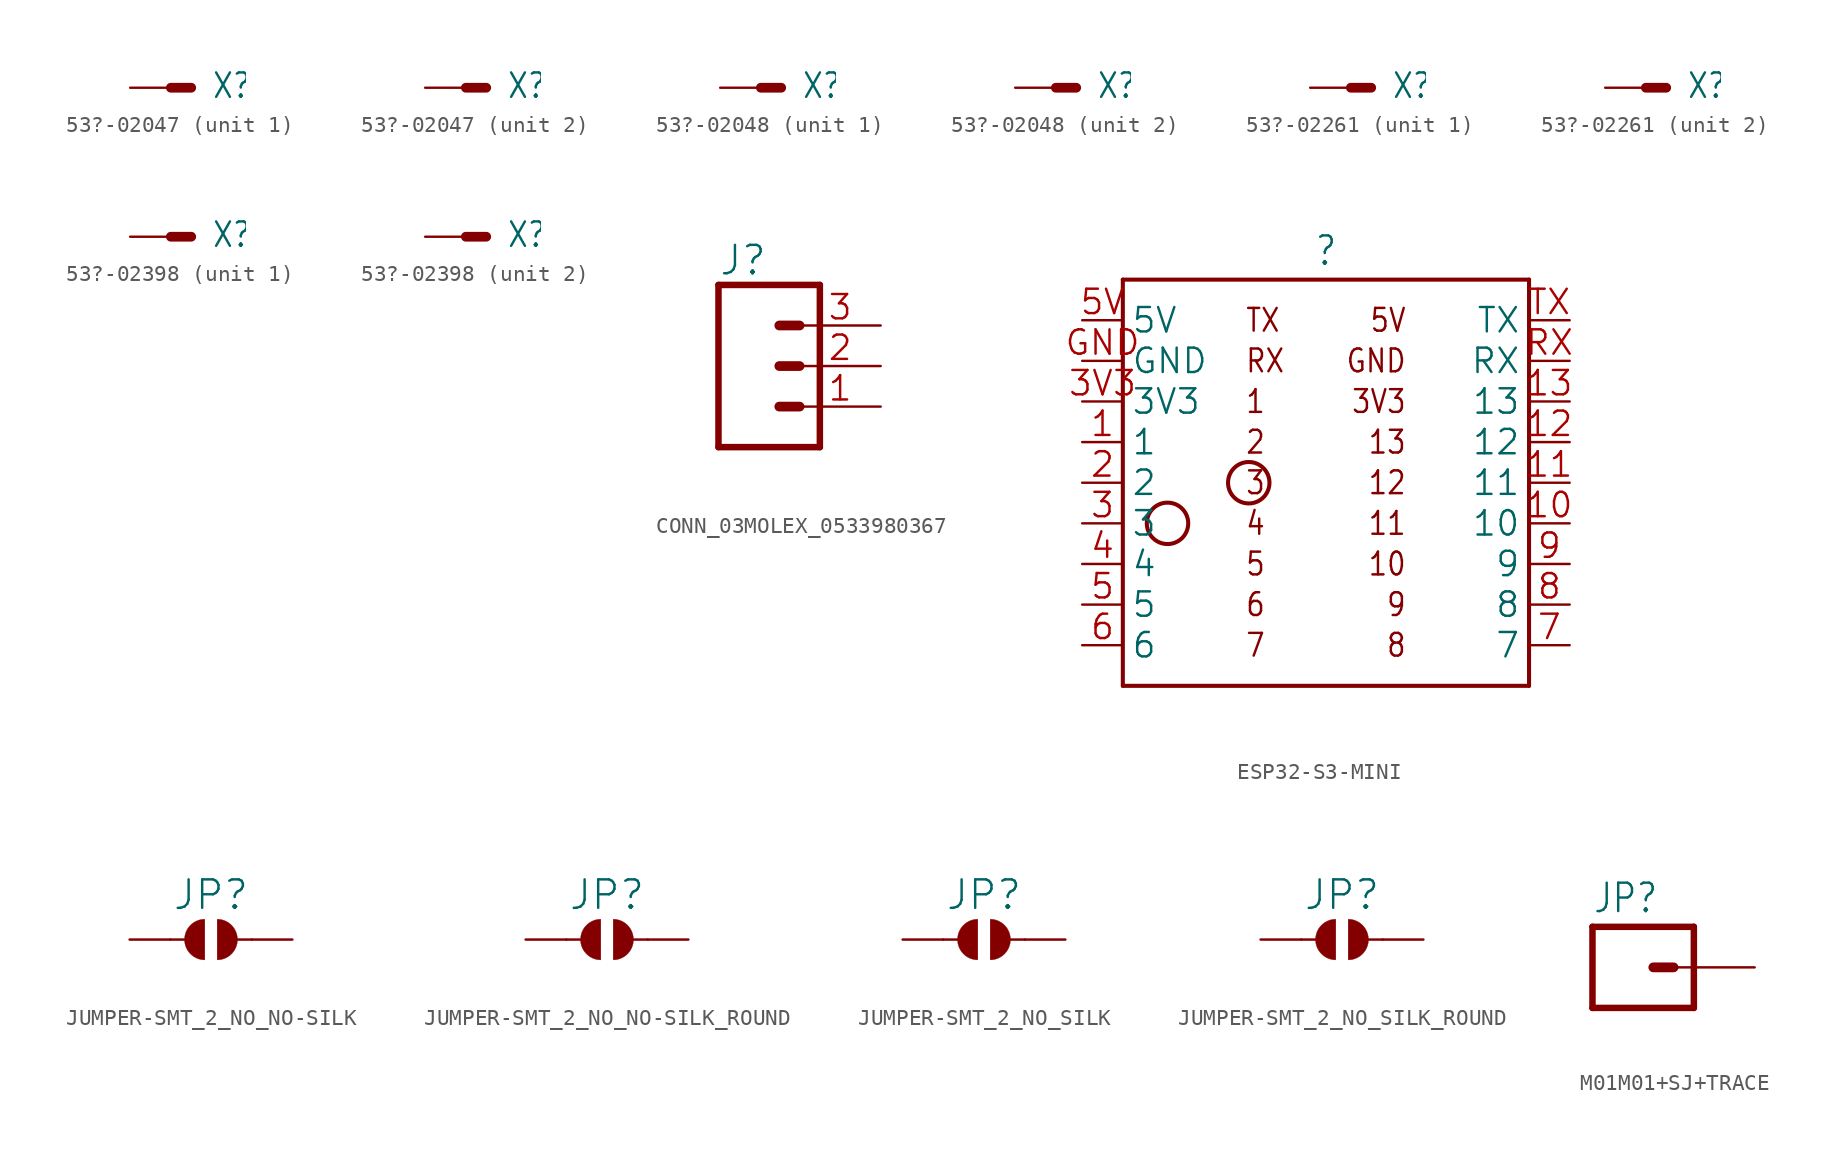
<source format=kicad_sym>
(kicad_symbol_lib
  (version 20241209)
  (generator "kicad_symbol_editor")
  (generator_version "9.0")
  (symbol "53?-02047"
    (property "Reference" "X"
      (at 2.54 -0.762 0)
      (effects (font (size 1.524 1.295)) (justify left bottom)))
    (property "ki_locked" ""
      (at 0 0 0)
      (effects (font (size 1.27 1.27))))
    (symbol "53?-02047_1_0"
      (polyline (pts (xy 1.27 0) (xy 0 0)) (stroke (width 0.61) (type solid)) (fill (type none)))
      (pin passive line (at -2.54 0 0) (length 2.54) (name "S" (effects (font (size 0 0)))) (number "1" (effects (font (size 0 0))))))
    (symbol "53?-02047_2_0"
      (polyline (pts (xy 1.27 0) (xy 0 0)) (stroke (width 0.61) (type solid)) (fill (type none)))
      (pin passive line (at -2.54 0 0) (length 2.54) (name "S" (effects (font (size 0 0)))) (number "2" (effects (font (size 0 0)))))))
  (symbol "53?-02048"
    (property "Reference" "X"
      (at 2.54 -0.762 0)
      (effects (font (size 1.524 1.295)) (justify left bottom)))
    (property "ki_locked" ""
      (at 0 0 0)
      (effects (font (size 1.27 1.27))))
    (symbol "53?-02048_1_0"
      (polyline (pts (xy 1.27 0) (xy 0 0)) (stroke (width 0.61) (type solid)) (fill (type none)))
      (pin passive line (at -2.54 0 0) (length 2.54) (name "S" (effects (font (size 0 0)))) (number "1" (effects (font (size 0 0))))))
    (symbol "53?-02048_2_0"
      (polyline (pts (xy 1.27 0) (xy 0 0)) (stroke (width 0.61) (type solid)) (fill (type none)))
      (pin passive line (at -2.54 0 0) (length 2.54) (name "S" (effects (font (size 0 0)))) (number "2" (effects (font (size 0 0)))))))
  (symbol "53?-02261"
    (property "Reference" "X"
      (at 2.54 -0.762 0)
      (effects (font (size 1.524 1.295)) (justify left bottom)))
    (property "ki_locked" ""
      (at 0 0 0)
      (effects (font (size 1.27 1.27))))
    (symbol "53?-02261_1_0"
      (polyline (pts (xy 1.27 0) (xy 0 0)) (stroke (width 0.61) (type solid)) (fill (type none)))
      (pin passive line (at -2.54 0 0) (length 2.54) (name "S" (effects (font (size 0 0)))) (number "1" (effects (font (size 0 0))))))
    (symbol "53?-02261_2_0"
      (polyline (pts (xy 1.27 0) (xy 0 0)) (stroke (width 0.61) (type solid)) (fill (type none)))
      (pin passive line (at -2.54 0 0) (length 2.54) (name "S" (effects (font (size 0 0)))) (number "2" (effects (font (size 0 0)))))))
  (symbol "53?-02398"
    (property "Reference" "X"
      (at 2.54 -0.762 0)
      (effects (font (size 1.524 1.295)) (justify left bottom)))
    (property "ki_locked" ""
      (at 0 0 0)
      (effects (font (size 1.27 1.27))))
    (symbol "53?-02398_1_0"
      (polyline (pts (xy 1.27 0) (xy 0 0)) (stroke (width 0.61) (type solid)) (fill (type none)))
      (pin passive line (at -2.54 0 0) (length 2.54) (name "S" (effects (font (size 0 0)))) (number "1" (effects (font (size 0 0))))))
    (symbol "53?-02398_2_0"
      (polyline (pts (xy 1.27 0) (xy 0 0)) (stroke (width 0.61) (type solid)) (fill (type none)))
      (pin passive line (at -2.54 0 0) (length 2.54) (name "S" (effects (font (size 0 0)))) (number "2" (effects (font (size 0 0)))))))
  (symbol "CONN_03MOLEX_0533980367"
    (property "Reference" "J"
      (at -2.54 5.588 0)
      (effects (font (size 1.778 1.778)) (justify left bottom)))
    (property "Value" ""
      (at -2.54 -7.366 0)
      (effects (font (size 1.778 1.778)) (justify left bottom)))
    (property "ki_locked" ""
      (at 0 0 0)
      (effects (font (size 1.27 1.27))))
    (symbol "CONN_03MOLEX_0533980367_1_0"
      (polyline (pts (xy -2.54 5.08) (xy -2.54 -5.08)) (stroke (width 0.406) (type solid)) (fill (type none)))
      (polyline (pts (xy -2.54 5.08) (xy 3.81 5.08)) (stroke (width 0.406) (type solid)) (fill (type none)))
      (polyline (pts (xy 1.27 2.54) (xy 2.54 2.54)) (stroke (width 0.61) (type solid)) (fill (type none)))
      (polyline (pts (xy 1.27 0) (xy 2.54 0)) (stroke (width 0.61) (type solid)) (fill (type none)))
      (polyline (pts (xy 1.27 -2.54) (xy 2.54 -2.54)) (stroke (width 0.61) (type solid)) (fill (type none)))
      (polyline (pts (xy 3.81 -5.08) (xy -2.54 -5.08)) (stroke (width 0.406) (type solid)) (fill (type none)))
      (polyline (pts (xy 3.81 -5.08) (xy 3.81 5.08)) (stroke (width 0.406) (type solid)) (fill (type none)))
      (pin passive line (at 7.62 2.54 180) (length 5.08) (name "3" (effects (font (size 0 0)))) (number "3" (effects (font (size 1.524 1.524)))))
      (pin passive line (at 7.62 0 180) (length 5.08) (name "2" (effects (font (size 0 0)))) (number "2" (effects (font (size 1.524 1.524)))))
      (pin passive line (at 7.62 -2.54 180) (length 5.08) (name "1" (effects (font (size 0 0)))) (number "1" (effects (font (size 1.524 1.524)))))))
  (symbol "ESP32-S3-MINI"
    (property "Reference" ""
      (at 0 13.462 0)
      (effects (font (size 1.778 1.511)) (justify bottom)))
    (property "Value" ""
      (at 0 -13.716 0)
      (effects (font (size 1.778 1.511)) (justify top)))
    (property "ki_locked" ""
      (at 0 0 0)
      (effects (font (size 1.27 1.27))))
    (symbol "ESP32-S3-MINI_1_0"
      (polyline (pts (xy -12.7 12.7) (xy -12.7 -12.7)) (stroke (width 0.254) (type solid)) (fill (type none)))
      (circle (center -9.906 -2.54) (radius 1.295) (stroke (width 0.254) (type solid)) (fill (type none)))
      (circle (center -4.826 0) (radius 1.295) (stroke (width 0.254) (type solid)) (fill (type none)))
      (polyline (pts (xy 12.7 12.7) (xy -12.7 12.7)) (stroke (width 0.254) (type solid)) (fill (type none)))
      (polyline (pts (xy 12.7 12.7) (xy 12.7 -12.7)) (stroke (width 0.254) (type solid)) (fill (type none)))
      (polyline (pts (xy 12.7 -12.7) (xy -12.7 -12.7)) (stroke (width 0.254) (type solid)) (fill (type none)))
      (text "TX" (at -5.08 10.16 0) (effects (font (size 1.422 1.209)) (justify left)))
      (text "RX" (at -5.08 7.62 0) (effects (font (size 1.422 1.209)) (justify left)))
      (text "1" (at -5.08 5.08 0) (effects (font (size 1.422 1.209)) (justify left)))
      (text "2" (at -5.08 2.54 0) (effects (font (size 1.422 1.209)) (justify left)))
      (text "3" (at -5.08 0 0) (effects (font (size 1.422 1.209)) (justify left)))
      (text "4" (at -5.08 -2.54 0) (effects (font (size 1.422 1.209)) (justify left)))
      (text "5" (at -5.08 -5.08 0) (effects (font (size 1.422 1.209)) (justify left)))
      (text "6" (at -5.08 -7.62 0) (effects (font (size 1.422 1.209)) (justify left)))
      (text "7" (at -5.08 -10.16 0) (effects (font (size 1.422 1.209)) (justify left)))
      (text "5V" (at 5.08 10.16 0) (effects (font (size 1.422 1.209)) (justify right)))
      (text "GND" (at 5.08 7.62 0) (effects (font (size 1.422 1.209)) (justify right)))
      (text "3V3" (at 5.08 5.08 0) (effects (font (size 1.422 1.209)) (justify right)))
      (text "13" (at 5.08 2.54 0) (effects (font (size 1.422 1.209)) (justify right)))
      (text "12" (at 5.08 0 0) (effects (font (size 1.422 1.209)) (justify right)))
      (text "11" (at 5.08 -2.54 0) (effects (font (size 1.422 1.209)) (justify right)))
      (text "10" (at 5.08 -5.08 0) (effects (font (size 1.422 1.209)) (justify right)))
      (text "9" (at 5.08 -7.62 0) (effects (font (size 1.422 1.209)) (justify right)))
      (text "8" (at 5.08 -10.16 0) (effects (font (size 1.422 1.209)) (justify right)))
      (pin power_in line (at -15.24 10.16 0) (length 2.54) (name "5V" (effects (font (size 1.524 1.524)))) (number "5V" (effects (font (size 1.524 1.524)))))
      (pin power_in line (at -15.24 7.62 0) (length 2.54) (name "GND" (effects (font (size 1.524 1.524)))) (number "GND" (effects (font (size 1.524 1.524)))))
      (pin power_in line (at -15.24 5.08 0) (length 2.54) (name "3V3" (effects (font (size 1.524 1.524)))) (number "3V3" (effects (font (size 1.524 1.524)))))
      (pin bidirectional line (at -15.24 2.54 0) (length 2.54) (name "1" (effects (font (size 1.524 1.524)))) (number "1" (effects (font (size 1.524 1.524)))))
      (pin bidirectional line (at -15.24 0 0) (length 2.54) (name "2" (effects (font (size 1.524 1.524)))) (number "2" (effects (font (size 1.524 1.524)))))
      (pin bidirectional line (at -15.24 -2.54 0) (length 2.54) (name "3" (effects (font (size 1.524 1.524)))) (number "3" (effects (font (size 1.524 1.524)))))
      (pin bidirectional line (at -15.24 -5.08 0) (length 2.54) (name "4" (effects (font (size 1.524 1.524)))) (number "4" (effects (font (size 1.524 1.524)))))
      (pin bidirectional line (at -15.24 -7.62 0) (length 2.54) (name "5" (effects (font (size 1.524 1.524)))) (number "5" (effects (font (size 1.524 1.524)))))
      (pin bidirectional line (at -15.24 -10.16 0) (length 2.54) (name "6" (effects (font (size 1.524 1.524)))) (number "6" (effects (font (size 1.524 1.524)))))
      (pin bidirectional line (at 15.24 10.16 180) (length 2.54) (name "TX" (effects (font (size 1.524 1.524)))) (number "TX" (effects (font (size 1.524 1.524)))))
      (pin bidirectional line (at 15.24 7.62 180) (length 2.54) (name "RX" (effects (font (size 1.524 1.524)))) (number "RX" (effects (font (size 1.524 1.524)))))
      (pin bidirectional line (at 15.24 5.08 180) (length 2.54) (name "13" (effects (font (size 1.524 1.524)))) (number "13" (effects (font (size 1.524 1.524)))))
      (pin bidirectional line (at 15.24 2.54 180) (length 2.54) (name "12" (effects (font (size 1.524 1.524)))) (number "12" (effects (font (size 1.524 1.524)))))
      (pin bidirectional line (at 15.24 0 180) (length 2.54) (name "11" (effects (font (size 1.524 1.524)))) (number "11" (effects (font (size 1.524 1.524)))))
      (pin bidirectional line (at 15.24 -2.54 180) (length 2.54) (name "10" (effects (font (size 1.524 1.524)))) (number "10" (effects (font (size 1.524 1.524)))))
      (pin bidirectional line (at 15.24 -5.08 180) (length 2.54) (name "9" (effects (font (size 1.524 1.524)))) (number "9" (effects (font (size 1.524 1.524)))))
      (pin bidirectional line (at 15.24 -7.62 180) (length 2.54) (name "8" (effects (font (size 1.524 1.524)))) (number "8" (effects (font (size 1.524 1.524)))))
      (pin bidirectional line (at 15.24 -10.16 180) (length 2.54) (name "7" (effects (font (size 1.524 1.524)))) (number "7" (effects (font (size 1.524 1.524)))))))
  (symbol "JUMPER-SMT_2_NO_NO-SILK"
    (property "Reference" "JP"
      (at 0 2.794 0)
      (effects (font (size 1.778 1.778))))
    (property "Value" ""
      (at 0 -2.794 0)
      (effects (font (size 1.778 1.778))))
    (property "ki_locked" ""
      (at 0 0 0)
      (effects (font (size 1.27 1.27))))
    (symbol "JUMPER-SMT_2_NO_NO-SILK_1_0"
      (polyline (pts (xy -2.54 0) (xy -1.651 0)) (stroke (width 0.152) (type solid)) (fill (type none)))
      (arc (start -0.381 -1.27) (mid -1.651 0) (end -0.381 1.27) (stroke (width 0.0001) (type solid)) (fill (type outline)))
      (arc (start 0.381 1.27) (mid 1.651 0) (end 0.381 -1.27) (stroke (width 0.0001) (type solid)) (fill (type outline)))
      (polyline (pts (xy 2.54 0) (xy 1.651 0)) (stroke (width 0.152) (type solid)) (fill (type none)))
      (pin passive line (at -5.08 0 0) (length 2.54) (name "1" (effects (font (size 0 0)))) (number "1" (effects (font (size 0 0)))))
      (pin passive line (at 5.08 0 180) (length 2.54) (name "2" (effects (font (size 0 0)))) (number "2" (effects (font (size 0 0)))))))
  (symbol "JUMPER-SMT_2_NO_NO-SILK_ROUND"
    (property "Reference" "JP"
      (at 0 2.794 0)
      (effects (font (size 1.778 1.778))))
    (property "Value" ""
      (at 0 -2.794 0)
      (effects (font (size 1.778 1.778))))
    (property "ki_locked" ""
      (at 0 0 0)
      (effects (font (size 1.27 1.27))))
    (symbol "JUMPER-SMT_2_NO_NO-SILK_ROUND_1_0"
      (polyline (pts (xy -2.54 0) (xy -1.651 0)) (stroke (width 0.152) (type solid)) (fill (type none)))
      (arc (start -0.381 -1.27) (mid -1.651 0) (end -0.381 1.27) (stroke (width 0.0001) (type solid)) (fill (type outline)))
      (arc (start 0.381 1.27) (mid 1.651 0) (end 0.381 -1.27) (stroke (width 0.0001) (type solid)) (fill (type outline)))
      (polyline (pts (xy 2.54 0) (xy 1.651 0)) (stroke (width 0.152) (type solid)) (fill (type none)))
      (pin passive line (at -5.08 0 0) (length 2.54) (name "1" (effects (font (size 0 0)))) (number "1" (effects (font (size 0 0)))))
      (pin passive line (at 5.08 0 180) (length 2.54) (name "2" (effects (font (size 0 0)))) (number "2" (effects (font (size 0 0)))))))
  (symbol "JUMPER-SMT_2_NO_SILK"
    (property "Reference" "JP"
      (at 0 2.794 0)
      (effects (font (size 1.778 1.778))))
    (property "Value" ""
      (at 0 -2.794 0)
      (effects (font (size 1.778 1.778))))
    (property "ki_locked" ""
      (at 0 0 0)
      (effects (font (size 1.27 1.27))))
    (symbol "JUMPER-SMT_2_NO_SILK_1_0"
      (polyline (pts (xy -2.54 0) (xy -1.651 0)) (stroke (width 0.152) (type solid)) (fill (type none)))
      (arc (start -0.381 -1.27) (mid -1.651 0) (end -0.381 1.27) (stroke (width 0.0001) (type solid)) (fill (type outline)))
      (arc (start 0.381 1.27) (mid 1.651 0) (end 0.381 -1.27) (stroke (width 0.0001) (type solid)) (fill (type outline)))
      (polyline (pts (xy 2.54 0) (xy 1.651 0)) (stroke (width 0.152) (type solid)) (fill (type none)))
      (pin passive line (at -5.08 0 0) (length 2.54) (name "1" (effects (font (size 0 0)))) (number "1" (effects (font (size 0 0)))))
      (pin passive line (at 5.08 0 180) (length 2.54) (name "2" (effects (font (size 0 0)))) (number "2" (effects (font (size 0 0)))))))
  (symbol "JUMPER-SMT_2_NO_SILK_ROUND"
    (property "Reference" "JP"
      (at 0 2.794 0)
      (effects (font (size 1.778 1.778))))
    (property "Value" ""
      (at 0 -2.794 0)
      (effects (font (size 1.778 1.778))))
    (property "ki_locked" ""
      (at 0 0 0)
      (effects (font (size 1.27 1.27))))
    (symbol "JUMPER-SMT_2_NO_SILK_ROUND_1_0"
      (polyline (pts (xy -2.54 0) (xy -1.651 0)) (stroke (width 0.152) (type solid)) (fill (type none)))
      (arc (start -0.381 -1.27) (mid -1.651 0) (end -0.381 1.27) (stroke (width 0.0001) (type solid)) (fill (type outline)))
      (arc (start 0.381 1.27) (mid 1.651 0) (end 0.381 -1.27) (stroke (width 0.0001) (type solid)) (fill (type outline)))
      (polyline (pts (xy 2.54 0) (xy 1.651 0)) (stroke (width 0.152) (type solid)) (fill (type none)))
      (pin passive line (at -5.08 0 0) (length 2.54) (name "1" (effects (font (size 0 0)))) (number "1" (effects (font (size 0 0)))))
      (pin passive line (at 5.08 0 180) (length 2.54) (name "2" (effects (font (size 0 0)))) (number "2" (effects (font (size 0 0)))))))
  (symbol "M01M01+SJ+TRACE"
    (property "Reference" "JP"
      (at -2.54 3.302 0)
      (effects (font (size 1.778 1.511)) (justify left bottom)))
    (property "Value" ""
      (at -2.54 -5.08 0)
      (effects (font (size 1.778 1.511)) (justify left bottom)))
    (property "ki_locked" ""
      (at 0 0 0)
      (effects (font (size 1.27 1.27))))
    (symbol "M01M01+SJ+TRACE_1_0"
      (polyline (pts (xy -2.54 2.54) (xy -2.54 -2.54)) (stroke (width 0.406) (type solid)) (fill (type none)))
      (polyline (pts (xy -2.54 2.54) (xy 3.81 2.54)) (stroke (width 0.406) (type solid)) (fill (type none)))
      (polyline (pts (xy 1.27 0) (xy 2.54 0)) (stroke (width 0.61) (type solid)) (fill (type none)))
      (polyline (pts (xy 3.81 -2.54) (xy -2.54 -2.54)) (stroke (width 0.406) (type solid)) (fill (type none)))
      (polyline (pts (xy 3.81 -2.54) (xy 3.81 2.54)) (stroke (width 0.406) (type solid)) (fill (type none)))
      (pin passive line (at 7.62 0 180) (length 5.08) (name "1" (effects (font (size 0 0)))) (number "PAD" (effects (font (size 0 0))))))))
</source>
